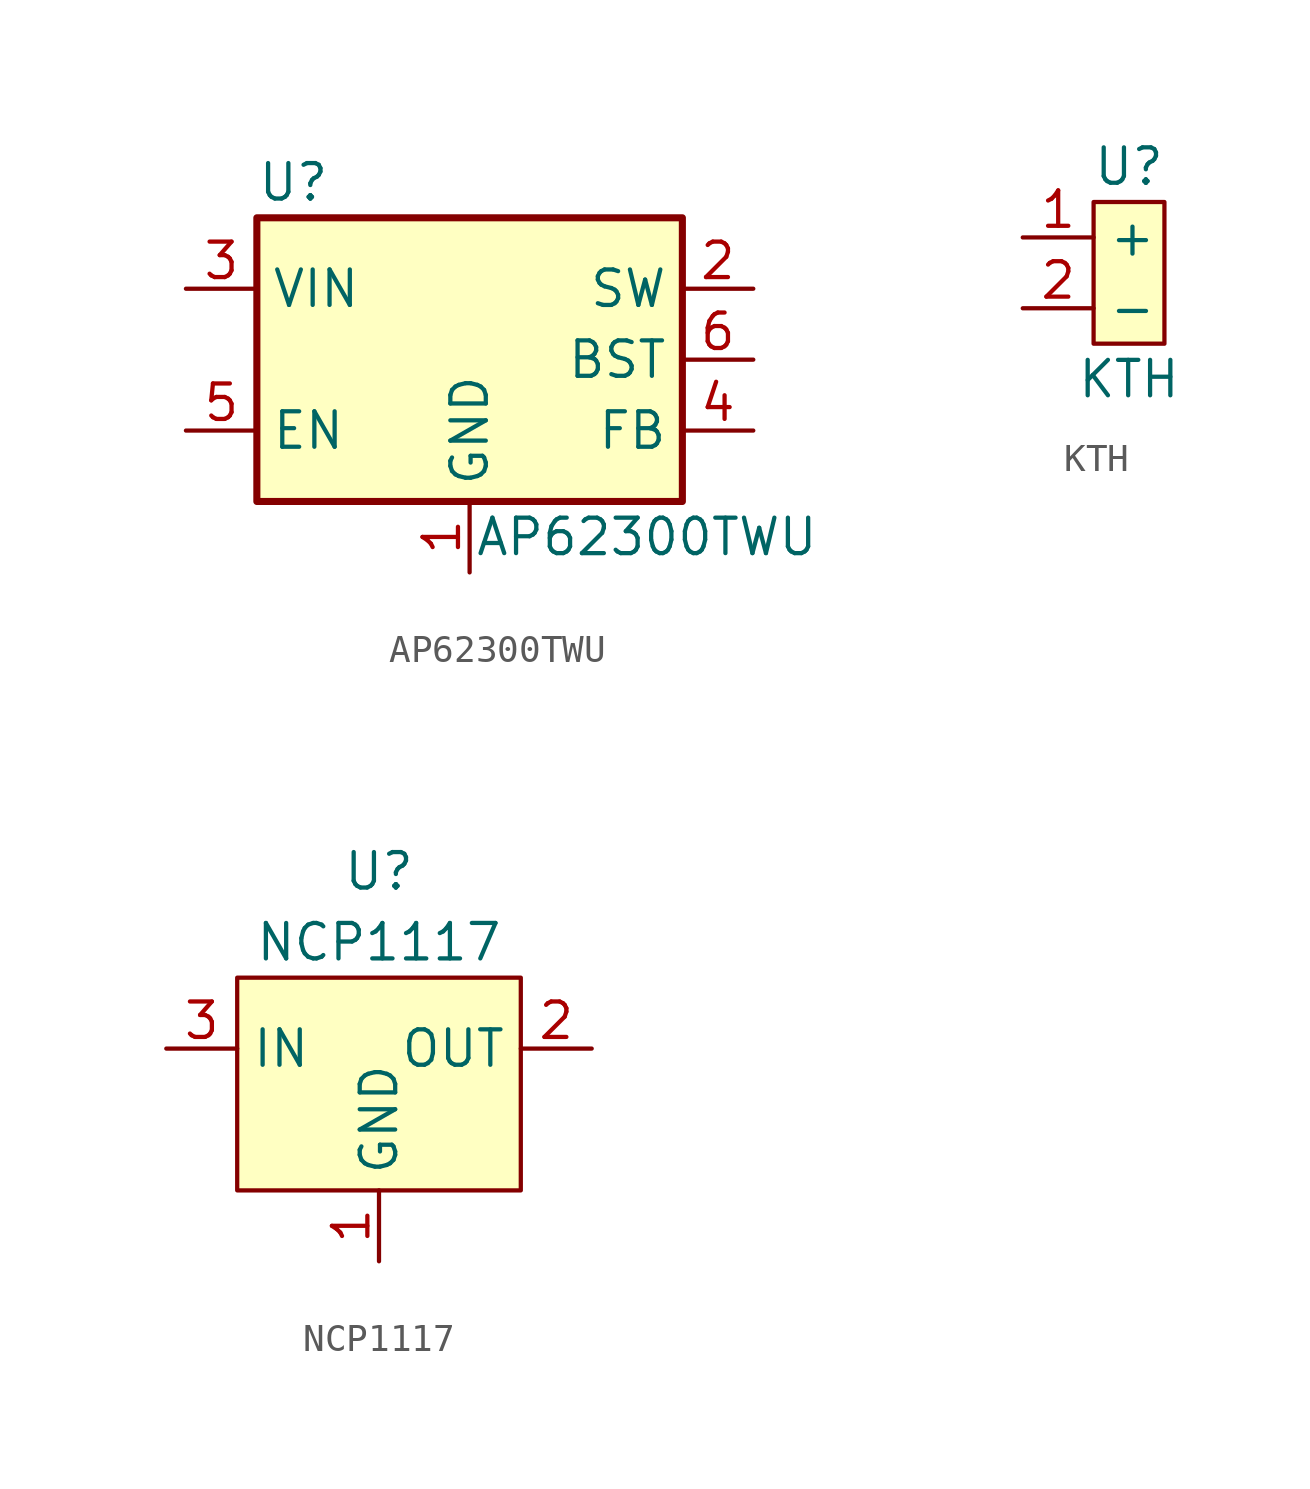
<source format=kicad_sym>
(kicad_symbol_lib
  (version 20211014)
  (generator kicad_symbol_editor)
  (symbol "AP62300TWU"
    (property "Reference" "U"
      (at -7.62 6.35 0)
      (effects (font (size 1.27 1.27)) (justify left)))
    (property "Value" "AP62300TWU"
      (at 6.35 -6.35 0)
      (effects (font (size 1.27 1.27))))
    (symbol "AP62300TWU_0_1"
      (rectangle (start -7.62 5.08) (end 7.62 -5.08) (stroke (width 0.254) (type default) (color 0 0 0 0)) (fill (type background))))
    (symbol "AP62300TWU_1_1"
      (pin power_in line (at 0 -7.62 90) (length 2.54) (name "GND" (effects (font (size 1.27 1.27)))) (number "1" (effects (font (size 1.27 1.27)))))
      (pin output line (at 10.16 2.54 180) (length 2.54) (name "SW" (effects (font (size 1.27 1.27)))) (number "2" (effects (font (size 1.27 1.27)))))
      (pin power_in line (at -10.16 2.54 0) (length 2.54) (name "VIN" (effects (font (size 1.27 1.27)))) (number "3" (effects (font (size 1.27 1.27)))))
      (pin input line (at 10.16 -2.54 180) (length 2.54) (name "FB" (effects (font (size 1.27 1.27)))) (number "4" (effects (font (size 1.27 1.27)))))
      (pin input line (at -10.16 -2.54 0) (length 2.54) (name "EN" (effects (font (size 1.27 1.27)))) (number "5" (effects (font (size 1.27 1.27)))))
      (pin passive line (at 10.16 0 180) (length 2.54) (name "BST" (effects (font (size 1.27 1.27)))) (number "6" (effects (font (size 1.27 1.27)))))))
  (symbol "KTH"
    (property "Reference" "U"
      (at 0 3.81 0)
      (effects (font (size 1.27 1.27))))
    (property "Value" "KTH"
      (at 0 -3.81 0)
      (effects (font (size 1.27 1.27))))
    (symbol "KTH_0_1"
      (rectangle (start -1.27 2.54) (end 1.27 -2.54) (stroke (width 0) (type default) (color 0 0 0 0)) (fill (type background))))
    (symbol "KTH_1_1"
      (pin input line (at -3.81 1.27 0) (length 2.54) (name "+" (effects (font (size 1.27 1.27)))) (number "1" (effects (font (size 1.27 1.27)))))
      (pin input line (at -3.81 -1.27 0) (length 2.54) (name "-" (effects (font (size 1.27 1.27)))) (number "2" (effects (font (size 1.27 1.27)))))))
  (symbol "NCP1117"
    (property "Reference" "U"
      (at 0 6.35 0)
      (effects (font (size 1.27 1.27))))
    (property "Value" "NCP1117"
      (at 0 3.81 0)
      (effects (font (size 1.27 1.27))))
    (symbol "NCP1117_0_1"
      (rectangle (start -5.08 2.54) (end 5.08 -5.08) (stroke (width 0) (type default) (color 0 0 0 0)) (fill (type background))))
    (symbol "NCP1117_1_1"
      (pin power_in line (at 0 -7.62 90) (length 2.54) (name "GND" (effects (font (size 1.27 1.27)))) (number "1" (effects (font (size 1.27 1.27)))))
      (pin power_out line (at 7.62 0 180) (length 2.54) (name "OUT" (effects (font (size 1.27 1.27)))) (number "2" (effects (font (size 1.27 1.27)))))
      (pin power_in line (at -7.62 0 0) (length 2.54) (name "IN" (effects (font (size 1.27 1.27)))) (number "3" (effects (font (size 1.27 1.27))))))))
</source>
